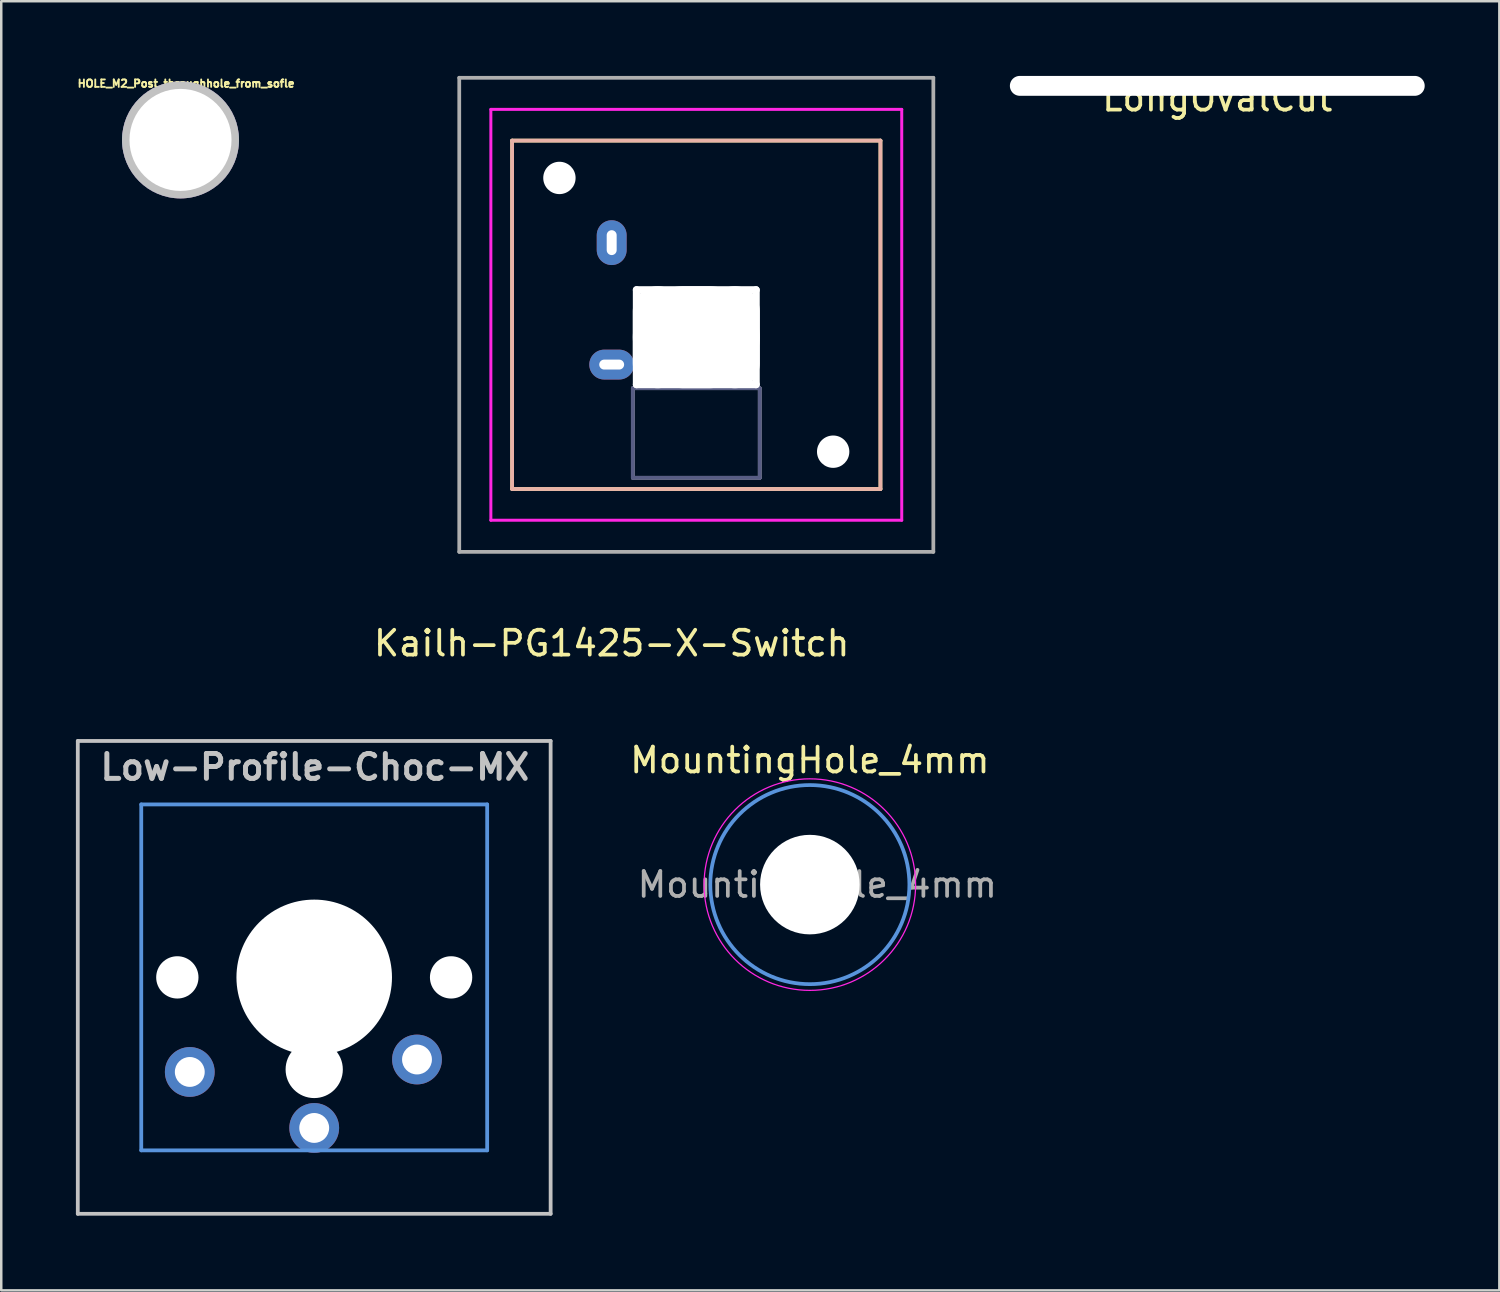
<source format=kicad_pcb>
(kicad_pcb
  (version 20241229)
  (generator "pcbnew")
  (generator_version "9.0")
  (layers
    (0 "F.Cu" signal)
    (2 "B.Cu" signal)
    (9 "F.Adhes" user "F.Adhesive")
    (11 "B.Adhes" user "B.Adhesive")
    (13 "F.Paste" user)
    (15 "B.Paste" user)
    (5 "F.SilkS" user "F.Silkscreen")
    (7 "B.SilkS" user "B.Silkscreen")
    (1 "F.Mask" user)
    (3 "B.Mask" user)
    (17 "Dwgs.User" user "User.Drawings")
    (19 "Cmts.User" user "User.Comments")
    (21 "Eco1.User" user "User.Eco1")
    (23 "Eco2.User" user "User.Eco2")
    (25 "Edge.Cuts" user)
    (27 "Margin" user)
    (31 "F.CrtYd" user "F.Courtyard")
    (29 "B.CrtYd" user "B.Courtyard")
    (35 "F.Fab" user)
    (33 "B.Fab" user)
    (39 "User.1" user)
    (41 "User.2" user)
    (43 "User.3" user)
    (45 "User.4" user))
  (footprint "Low-Profile-Choc-MX"
    (layer "F.Cu")
    (at 9.576 36.224)
    (property "Reference" "Low-Profile-Choc-MX" (at 0.025 -8.45 180) (layer "Dwgs.User") (effects (font (size 1 1) (thickness 0.2))))
    (attr through_hole)
    (fp_line (start -9.5 -9.5) (end 9.5 -9.5) (stroke (width 0.152) (type solid)) (layer "Dwgs.User"))
    (fp_line (start -9.5 9.5) (end -9.5 -9.5) (stroke (width 0.152) (type solid)) (layer "Dwgs.User"))
    (fp_line (start 9.5 -9.5) (end 9.5 9.5) (stroke (width 0.152) (type solid)) (layer "Dwgs.User"))
    (fp_line (start 9.5 9.5) (end -9.5 9.5) (stroke (width 0.152) (type solid)) (layer "Dwgs.User"))
    (fp_line (start -6.95 -6.95) (end 6.95 -6.95) (stroke (width 0.152) (type solid)) (layer "Cmts.User"))
    (fp_line (start -6.95 6.95) (end -6.95 -6.95) (stroke (width 0.152) (type solid)) (layer "Cmts.User"))
    (fp_line (start 6.95 -6.95) (end 6.95 6.95) (stroke (width 0.152) (type solid)) (layer "Cmts.User"))
    (fp_line (start 6.95 6.95) (end -6.95 6.95) (stroke (width 0.152) (type solid)) (layer "Cmts.User"))
    (fp_line (start -7.5 -7.5) (end 7.5 -7.5) (stroke (width 0.152) (type solid)) (layer "Eco2.User"))
    (fp_line (start -7.5 7.5) (end -7.5 -7.5) (stroke (width 0.152) (type solid)) (layer "Eco2.User"))
    (fp_line (start 7.5 -7.5) (end 7.5 7.5) (stroke (width 0.152) (type solid)) (layer "Eco2.User"))
    (fp_line (start 7.5 7.5) (end -7.5 7.5) (stroke (width 0.152) (type solid)) (layer "Eco2.User"))
    (pad "" np_thru_hole circle (at -5.5 0 41.9) (size 1.7 1.7) (drill 1.7) (layers "*.Cu" "*.Mask"))
    (pad "" np_thru_hole circle (at 0 0 180) (size 6.25 6.25) (drill 6.25) (layers "*.Cu" "*.Mask"))
    (pad "" np_thru_hole circle (at 0 3.7 180) (size 2.3 2.3) (drill 2.3) (layers "*.Cu" "*.Mask"))
    (pad "" np_thru_hole circle (at 5.5 0 41.9) (size 1.7 1.7) (drill 1.7) (layers "*.Cu" "*.Mask"))
    (pad "1" thru_hole circle (at 0 6.05 180) (size 2 2) (drill 1.2) (layers "*.Cu" "*.Mask"))
    (pad "2" thru_hole circle (at -5 3.8 41.9) (size 2 2) (drill 1.2) (layers "*.Cu" "*.Mask"))
    (pad "2" thru_hole circle (at 4.13 3.3 41.9) (size 2 2) (drill 1.2) (layers "*.Cu" "*.Mask")))
  (footprint "MountingHole_4mm"
    (layer "F.Cu")
    (at 29.492 32.496)
    (property "Reference" "MountingHole_4mm" (at 0 -5 0) (layer "F.SilkS") (effects (font (size 1 1) (thickness 0.15))))
    (attr exclude_from_pos_files exclude_from_bom)
    (fp_circle (center 0 0) (end 4 0) (stroke (width 0.15) (type solid)) (fill no) (layer "Cmts.User"))
    (fp_circle (center 0 0) (end 4.25 0) (stroke (width 0.05) (type solid)) (fill no) (layer "F.CrtYd"))
    (fp_text user "${REFERENCE}" (at 0.3 0 0) (layer "F.Fab") (effects (font (size 1 1) (thickness 0.15))))
    (pad "" np_thru_hole circle (at 0 0) (size 4 4) (drill 4) (layers "*.Cu" "*.Mask")))
  (footprint "HOLE_M2_Post_throughhole_from_sofle"
    (layer "F.Cu")
    (at 4.428 2.847)
    (property "Reference" "HOLE_M2_Post_throughhole_from_sofle" (at 0 -2.54 0) (layer "F.SilkS") (effects (font (size 0.3 0.3) (thickness 0.076))))
    (attr through_hole)
    (pad "" thru_hole circle (at -0.225 -0.275 90) (size 4.7 4.7) (drill 4.1) (layers "*.Cu" "*.Mask" "Dwgs.User")))
  (footprint "Kailh-PG1425-X-Switch"
    (layer "F.Cu")
    (at 24.929 9.6)
    (property "Reference" "Kailh-PG1425-X-Switch" (at -3.4 13.2 0) (layer "F.SilkS") (effects (font (size 1 1) (thickness 0.15))))
    (attr through_hole)
    (fp_line (start -7.4 -7) (end 7.4 -7) (stroke (width 0.15) (type solid)) (layer "F.SilkS"))
    (fp_line (start -7.4 7) (end -7.4 -7) (stroke (width 0.15) (type solid)) (layer "F.SilkS"))
    (fp_line (start 7.4 -7) (end 7.4 7) (stroke (width 0.15) (type solid)) (layer "F.SilkS"))
    (fp_line (start 7.4 7) (end -7.4 7) (stroke (width 0.15) (type solid)) (layer "F.SilkS"))
    (fp_line (start -7.4 -7) (end -7.4 7) (stroke (width 0.15) (type solid)) (layer "B.SilkS"))
    (fp_line (start -7.4 7) (end 7.4 7) (stroke (width 0.15) (type solid)) (layer "B.SilkS"))
    (fp_line (start 7.4 -7) (end -7.4 -7) (stroke (width 0.15) (type solid)) (layer "B.SilkS"))
    (fp_line (start 7.4 7) (end 7.4 -7) (stroke (width 0.15) (type solid)) (layer "B.SilkS"))
    (fp_line (start -8.255 -8.255) (end 8.255 -8.255) (stroke (width 0.12) (type solid)) (layer "F.CrtYd"))
    (fp_line (start -8.255 8.255) (end -8.255 -8.255) (stroke (width 0.12) (type solid)) (layer "F.CrtYd"))
    (fp_line (start 8.255 -8.255) (end 8.255 8.255) (stroke (width 0.12) (type solid)) (layer "F.CrtYd"))
    (fp_line (start 8.255 8.255) (end -8.255 8.255) (stroke (width 0.12) (type solid)) (layer "F.CrtYd"))
    (fp_line (start -2.55 2.95) (end 2.55 2.95) (stroke (width 0.15) (type solid)) (layer "B.Fab"))
    (fp_line (start -2.55 6.55) (end -2.55 2.95) (stroke (width 0.15) (type solid)) (layer "B.Fab"))
    (fp_line (start 2.55 2.95) (end 2.55 6.55) (stroke (width 0.15) (type solid)) (layer "B.Fab"))
    (fp_line (start 2.55 6.55) (end -2.55 6.55) (stroke (width 0.15) (type solid)) (layer "B.Fab"))
    (fp_line (start -9.525 -9.525) (end 9.525 -9.525) (stroke (width 0.15) (type solid)) (layer "F.Fab"))
    (fp_line (start -9.525 9.525) (end -9.525 -9.525) (stroke (width 0.15) (type solid)) (layer "F.Fab"))
    (fp_line (start -2.55 2.95) (end -2.55 6.55) (stroke (width 0.15) (type solid)) (layer "F.Fab"))
    (fp_line (start -2.55 6.55) (end 2.55 6.55) (stroke (width 0.15) (type solid)) (layer "F.Fab"))
    (fp_line (start 2.55 2.95) (end -2.55 2.95) (stroke (width 0.15) (type solid)) (layer "F.Fab"))
    (fp_line (start 2.55 6.55) (end 2.55 2.95) (stroke (width 0.15) (type solid)) (layer "F.Fab"))
    (fp_line (start 9.525 -9.525) (end 9.525 9.525) (stroke (width 0.15) (type solid)) (layer "F.Fab"))
    (fp_line (start 9.525 9.525) (end -9.525 9.525) (stroke (width 0.15) (type solid)) (layer "F.Fab"))
    (fp_rect (start -2.5 -1.1) (end 2.5 2.9) (stroke (width 0.12) (type default)) (fill no) (layer "User.1"))
    (pad "" np_thru_hole circle (at -5.5 -5.5 180) (size 1.3 1.3) (drill 1.3) (layers "*.Cu" "*.Mask"))
    (pad "" np_thru_hole oval (at -2.4 0.9) (size 0.3 4.1) (drill oval 0.3 4.1) (layers "*.Cu" "*.Mask"))
    (pad "" np_thru_hole oval (at -1.55 0.9) (size 2 4.1) (drill oval 2 4.1) (layers "*.Cu" "*.Mask"))
    (pad "" np_thru_hole oval (at 0 -1) (size 5.1 0.3) (drill oval 5.1 0.3) (layers "*.Cu" "*.Mask"))
    (pad "" np_thru_hole oval (at 0 0.9) (size 5.1 4.1) (drill oval 5.1 4.1) (layers "*.Cu" "*.Mask"))
    (pad "" np_thru_hole oval (at 0 2.8) (size 5.1 0.3) (drill oval 5.1 0.3) (layers "*.Cu" "*.Mask"))
    (pad "" np_thru_hole oval (at 1.55 0.9) (size 2 4.1) (drill oval 2 4.1) (layers "*.Cu" "*.Mask"))
    (pad "" np_thru_hole oval (at 2.4 0.9) (size 0.3 4.1) (drill oval 0.3 4.1) (layers "*.Cu" "*.Mask"))
    (pad "" np_thru_hole circle (at 5.5 5.5 180) (size 1.3 1.3) (drill 1.3) (layers "*.Cu" "*.Mask"))
    (pad "1" thru_hole oval (at -3.4 -2.9 180) (size 1.2 1.8) (drill oval 0.4 1) (layers "*.Cu" "*.Mask"))
    (pad "2" thru_hole oval (at -3.4 2 180) (size 1.8 1.2) (drill oval 1 0.4) (layers "*.Cu" "*.Mask")))
  (footprint "LongOvalCut"
    (layer "F.Cu")
    (at 45.864 0.4)
    (property "Reference" "LongOvalCut" (at 0 0.5 0) (layer "F.SilkS") (effects (font (size 1 1) (thickness 0.15))))
    (attr through_hole)
    (pad "" np_thru_hole oval (at 0 0) (size 16.669 0.8) (drill oval 16.669 0.8) (layers "*.Cu" "*.Mask")))
  (gr_rect
    (start -3 -3)
    (end 57.198 48.801)
    (stroke (width 0.1) (type default))
    (fill no)
    (layer "Edge.Cuts")))
</source>
